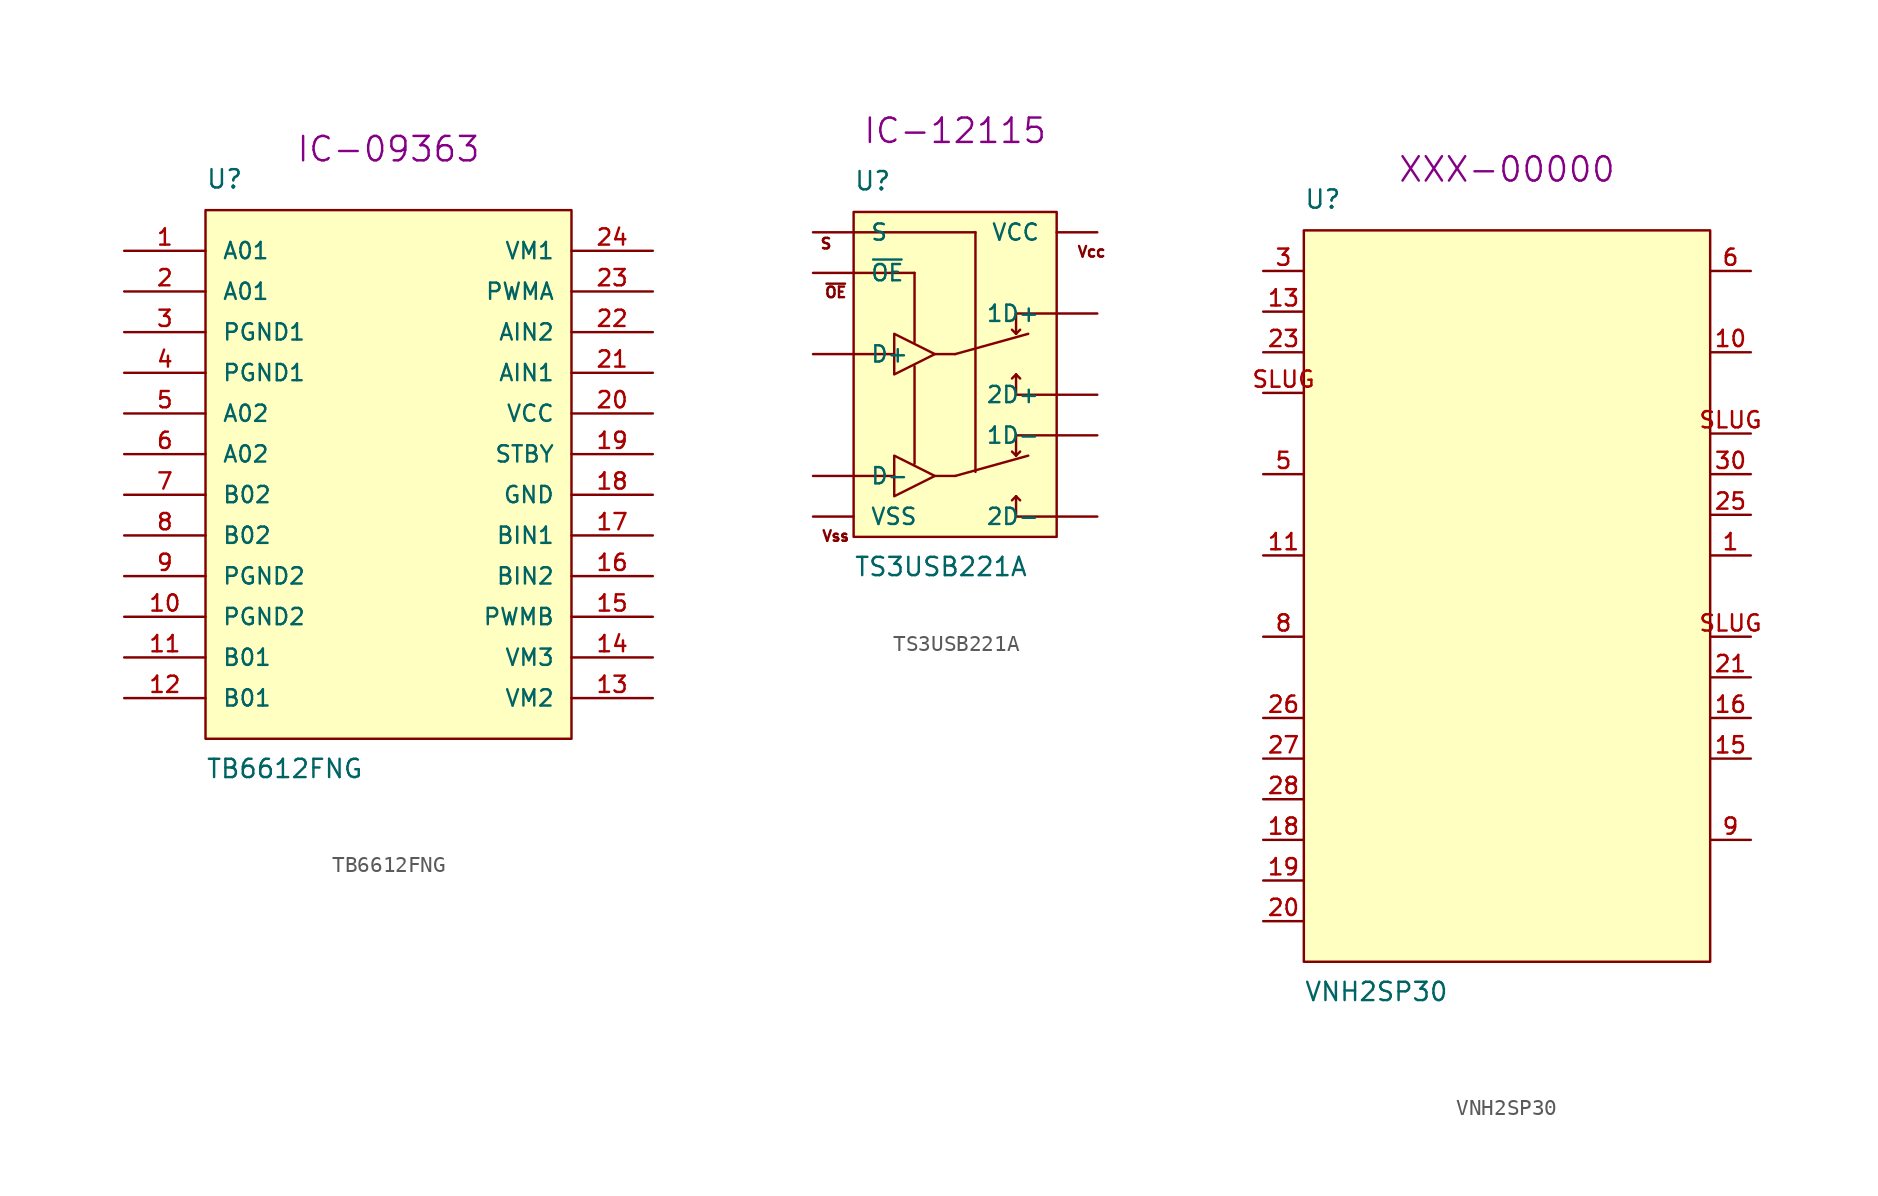
<source format=kicad_sym>
(kicad_symbol_lib
  (version 20220914)
  (generator kicad_symbol_editor)
  (symbol "TB6612FNG"
    (pin_names
      (offset 1.016))
    (property "Reference" "U"
      (at -11.43 17.78 0)
      (effects (font (size 1.143 1.143)) (justify left bottom)))
    (property "Value" "TB6612FNG"
      (at -11.43 -19.05 0)
      (effects (font (size 1.143 1.143)) (justify left bottom)))
    (property "Field4" "IC-09363"
      (at 0 20.32 0)
      (effects (font (size 1.524 1.524))))
    (property "ki_locked" ""
      (at 0 0 0)
      (effects (font (size 1.27 1.27))))
    (symbol "TB6612FNG_1_1"
      (polyline (pts (xy -11.43 -16.51) (xy 11.43 -16.51) (xy 11.43 16.51) (xy -11.43 16.51) (xy -11.43 -16.51)) (stroke (width 0) (type solid)) (fill (type background)))
      (pin bidirectional line (at -16.51 13.97 0) (length 5.08) (name "A01" (effects (font (size 1.016 1.016)))) (number "1" (effects (font (size 1.016 1.016)))))
      (pin bidirectional line (at -16.51 -8.89 0) (length 5.08) (name "PGND2" (effects (font (size 1.016 1.016)))) (number "10" (effects (font (size 1.016 1.016)))))
      (pin bidirectional line (at -16.51 -11.43 0) (length 5.08) (name "B01" (effects (font (size 1.016 1.016)))) (number "11" (effects (font (size 1.016 1.016)))))
      (pin bidirectional line (at -16.51 -13.97 0) (length 5.08) (name "B01" (effects (font (size 1.016 1.016)))) (number "12" (effects (font (size 1.016 1.016)))))
      (pin bidirectional line (at 16.51 -13.97 180) (length 5.08) (name "VM2" (effects (font (size 1.016 1.016)))) (number "13" (effects (font (size 1.016 1.016)))))
      (pin bidirectional line (at 16.51 -11.43 180) (length 5.08) (name "VM3" (effects (font (size 1.016 1.016)))) (number "14" (effects (font (size 1.016 1.016)))))
      (pin bidirectional line (at 16.51 -8.89 180) (length 5.08) (name "PWMB" (effects (font (size 1.016 1.016)))) (number "15" (effects (font (size 1.016 1.016)))))
      (pin bidirectional line (at 16.51 -6.35 180) (length 5.08) (name "BIN2" (effects (font (size 1.016 1.016)))) (number "16" (effects (font (size 1.016 1.016)))))
      (pin bidirectional line (at 16.51 -3.81 180) (length 5.08) (name "BIN1" (effects (font (size 1.016 1.016)))) (number "17" (effects (font (size 1.016 1.016)))))
      (pin bidirectional line (at 16.51 -1.27 180) (length 5.08) (name "GND" (effects (font (size 1.016 1.016)))) (number "18" (effects (font (size 1.016 1.016)))))
      (pin bidirectional line (at 16.51 1.27 180) (length 5.08) (name "STBY" (effects (font (size 1.016 1.016)))) (number "19" (effects (font (size 1.016 1.016)))))
      (pin bidirectional line (at -16.51 11.43 0) (length 5.08) (name "A01" (effects (font (size 1.016 1.016)))) (number "2" (effects (font (size 1.016 1.016)))))
      (pin bidirectional line (at 16.51 3.81 180) (length 5.08) (name "VCC" (effects (font (size 1.016 1.016)))) (number "20" (effects (font (size 1.016 1.016)))))
      (pin bidirectional line (at 16.51 6.35 180) (length 5.08) (name "AIN1" (effects (font (size 1.016 1.016)))) (number "21" (effects (font (size 1.016 1.016)))))
      (pin bidirectional line (at 16.51 8.89 180) (length 5.08) (name "AIN2" (effects (font (size 1.016 1.016)))) (number "22" (effects (font (size 1.016 1.016)))))
      (pin bidirectional line (at 16.51 11.43 180) (length 5.08) (name "PWMA" (effects (font (size 1.016 1.016)))) (number "23" (effects (font (size 1.016 1.016)))))
      (pin bidirectional line (at 16.51 13.97 180) (length 5.08) (name "VM1" (effects (font (size 1.016 1.016)))) (number "24" (effects (font (size 1.016 1.016)))))
      (pin bidirectional line (at -16.51 8.89 0) (length 5.08) (name "PGND1" (effects (font (size 1.016 1.016)))) (number "3" (effects (font (size 1.016 1.016)))))
      (pin bidirectional line (at -16.51 6.35 0) (length 5.08) (name "PGND1" (effects (font (size 1.016 1.016)))) (number "4" (effects (font (size 1.016 1.016)))))
      (pin bidirectional line (at -16.51 3.81 0) (length 5.08) (name "A02" (effects (font (size 1.016 1.016)))) (number "5" (effects (font (size 1.016 1.016)))))
      (pin bidirectional line (at -16.51 1.27 0) (length 5.08) (name "A02" (effects (font (size 1.016 1.016)))) (number "6" (effects (font (size 1.016 1.016)))))
      (pin bidirectional line (at -16.51 -1.27 0) (length 5.08) (name "B02" (effects (font (size 1.016 1.016)))) (number "7" (effects (font (size 1.016 1.016)))))
      (pin bidirectional line (at -16.51 -3.81 0) (length 5.08) (name "B02" (effects (font (size 1.016 1.016)))) (number "8" (effects (font (size 1.016 1.016)))))
      (pin bidirectional line (at -16.51 -6.35 0) (length 5.08) (name "PGND2" (effects (font (size 1.016 1.016)))) (number "9" (effects (font (size 1.016 1.016)))))))
  (symbol "TS3USB221A"
    (pin_numbers hide)
    (pin_names
      (offset 1.016))
    (property "Reference" "U"
      (at -6.35 11.43 0)
      (effects (font (size 1.143 1.143)) (justify left bottom)))
    (property "Value" "TS3USB221A"
      (at -6.35 -12.7 0)
      (effects (font (size 1.143 1.143)) (justify left bottom)))
    (property "Field4" "IC-12115"
      (at 0 15.24 0)
      (effects (font (size 1.524 1.524))))
    (property "ki_locked" ""
      (at 0 0 0)
      (effects (font (size 1.27 1.27))))
    (symbol "TS3USB221A_1_0"
      (polyline (pts (xy -6.35 -6.35) (xy -3.81 -6.35)) (stroke (width 0) (type solid)) (fill (type none)))
      (polyline (pts (xy -6.35 1.27) (xy -3.81 1.27)) (stroke (width 0) (type solid)) (fill (type none)))
      (polyline (pts (xy -6.35 6.35) (xy -2.54 6.35)) (stroke (width 0) (type solid)) (fill (type none)))
      (polyline (pts (xy -6.35 8.89) (xy 1.27 8.89)) (stroke (width 0) (type solid)) (fill (type none)))
      (polyline (pts (xy -2.54 0.508) (xy -2.54 -5.588)) (stroke (width 0) (type solid)) (fill (type none)))
      (polyline (pts (xy -2.54 6.35) (xy -2.54 2.032)) (stroke (width 0) (type solid)) (fill (type none)))
      (polyline (pts (xy -1.27 -6.35) (xy 0 -6.35)) (stroke (width 0) (type solid)) (fill (type none)))
      (polyline (pts (xy -1.27 1.27) (xy 0 1.27)) (stroke (width 0) (type solid)) (fill (type none)))
      (polyline (pts (xy 0 -6.35) (xy 4.572 -5.08)) (stroke (width 0) (type solid)) (fill (type none)))
      (polyline (pts (xy 0 1.27) (xy 4.572 2.54)) (stroke (width 0) (type solid)) (fill (type none)))
      (polyline (pts (xy 1.27 8.89) (xy 1.27 -6.096)) (stroke (width 0) (type solid)) (fill (type none)))
      (polyline (pts (xy 3.81 -8.89) (xy 3.81 -7.62)) (stroke (width 0) (type solid)) (fill (type none)))
      (polyline (pts (xy 3.81 -7.62) (xy 3.556 -7.874)) (stroke (width 0) (type solid)) (fill (type none)))
      (polyline (pts (xy 3.81 -7.62) (xy 4.064 -7.874)) (stroke (width 0) (type solid)) (fill (type none)))
      (polyline (pts (xy 3.81 -5.08) (xy 3.556 -4.826)) (stroke (width 0) (type solid)) (fill (type none)))
      (polyline (pts (xy 3.81 -5.08) (xy 4.064 -4.826)) (stroke (width 0) (type solid)) (fill (type none)))
      (polyline (pts (xy 3.81 -3.81) (xy 3.81 -5.08)) (stroke (width 0) (type solid)) (fill (type none)))
      (polyline (pts (xy 3.81 -1.27) (xy 3.81 0)) (stroke (width 0) (type solid)) (fill (type none)))
      (polyline (pts (xy 3.81 0) (xy 3.556 -0.254)) (stroke (width 0) (type solid)) (fill (type none)))
      (polyline (pts (xy 3.81 0) (xy 4.064 -0.254)) (stroke (width 0) (type solid)) (fill (type none)))
      (polyline (pts (xy 3.81 2.54) (xy 3.556 2.794)) (stroke (width 0) (type solid)) (fill (type none)))
      (polyline (pts (xy 3.81 2.54) (xy 4.064 2.794)) (stroke (width 0) (type solid)) (fill (type none)))
      (polyline (pts (xy 3.81 3.81) (xy 3.81 2.54)) (stroke (width 0) (type solid)) (fill (type none)))
      (polyline (pts (xy 6.35 -8.89) (xy 3.81 -8.89)) (stroke (width 0) (type solid)) (fill (type none)))
      (polyline (pts (xy 6.35 -3.81) (xy 3.81 -3.81)) (stroke (width 0) (type solid)) (fill (type none)))
      (polyline (pts (xy 6.35 -1.27) (xy 3.81 -1.27)) (stroke (width 0) (type solid)) (fill (type none)))
      (polyline (pts (xy 6.35 3.81) (xy 3.81 3.81)) (stroke (width 0) (type solid)) (fill (type none)))
      (text "S" (at -8.077 8.179 0) (effects (font (size 0.66 0.66))))
      (text "Vcc" (at 8.534 7.671 0) (effects (font (size 0.66 0.66))))
      (text "Vss" (at -7.468 -10.109 0) (effects (font (size 0.66 0.66))))
      (text "~{OE}" (at -7.468 5.131 0) (effects (font (size 0.66 0.66)))))
    (symbol "TS3USB221A_1_1"
      (polyline (pts (xy -3.81 -6.35) (xy -3.81 -5.08) (xy -1.27 -6.35) (xy -3.81 -7.62) (xy -3.81 -6.35)) (stroke (width 0) (type solid)) (fill (type background)))
      (polyline (pts (xy -3.81 1.27) (xy -3.81 2.54) (xy -1.27 1.27) (xy -3.81 0) (xy -3.81 1.27)) (stroke (width 0) (type solid)) (fill (type background)))
      (polyline (pts (xy 6.35 -8.89) (xy 6.35 10.16) (xy -6.35 10.16) (xy -6.35 -10.16) (xy 6.35 -10.16) (xy 6.35 -8.89)) (stroke (width 0) (type solid)) (fill (type background)))
      (pin bidirectional line (at 8.89 3.81 180) (length 2.54) (name "1D+" (effects (font (size 1.016 1.016)))) (number "1" (effects (font (size 1.016 1.016)))))
      (pin bidirectional line (at 8.89 8.89 180) (length 2.54) (name "VCC" (effects (font (size 1.016 1.016)))) (number "10" (effects (font (size 1.016 1.016)))))
      (pin bidirectional line (at 8.89 -3.81 180) (length 2.54) (name "1D-" (effects (font (size 1.016 1.016)))) (number "2" (effects (font (size 1.016 1.016)))))
      (pin bidirectional line (at 8.89 -1.27 180) (length 2.54) (name "2D+" (effects (font (size 1.016 1.016)))) (number "3" (effects (font (size 1.016 1.016)))))
      (pin bidirectional line (at 8.89 -8.89 180) (length 2.54) (name "2D-" (effects (font (size 1.016 1.016)))) (number "4" (effects (font (size 1.016 1.016)))))
      (pin bidirectional line (at -8.89 -8.89 0) (length 2.54) (name "VSS" (effects (font (size 1.016 1.016)))) (number "5" (effects (font (size 1.016 1.016)))))
      (pin bidirectional line (at -8.89 6.35 0) (length 2.54) (name "~{OE}" (effects (font (size 1.016 1.016)))) (number "6" (effects (font (size 1.016 1.016)))))
      (pin bidirectional line (at -8.89 -6.35 0) (length 2.54) (name "D-" (effects (font (size 1.016 1.016)))) (number "7" (effects (font (size 1.016 1.016)))))
      (pin bidirectional line (at -8.89 1.27 0) (length 2.54) (name "D+" (effects (font (size 1.016 1.016)))) (number "8" (effects (font (size 1.016 1.016)))))
      (pin bidirectional line (at -8.89 8.89 0) (length 2.54) (name "S" (effects (font (size 1.016 1.016)))) (number "9" (effects (font (size 1.016 1.016)))))))
  (symbol "VNH2SP30"
    (pin_names
      (offset 1.016) hide)
    (property "Reference" "U"
      (at -12.7 24.13 0)
      (effects (font (size 1.143 1.143)) (justify left bottom)))
    (property "Value" "VNH2SP30"
      (at -12.7 -25.4 0)
      (effects (font (size 1.143 1.143)) (justify left bottom)))
    (property "Field4" "XXX-00000"
      (at 0 26.67 0)
      (effects (font (size 1.524 1.524))))
    (property "ki_locked" ""
      (at 0 0 0)
      (effects (font (size 1.27 1.27))))
    (symbol "VNH2SP30_1_1"
      (polyline (pts (xy -12.7 -22.86) (xy -12.7 22.86) (xy 12.7 22.86) (xy 12.7 -22.86) (xy -12.7 -22.86)) (stroke (width 0) (type solid)) (fill (type background)))
      (pin bidirectional line (at 15.24 2.54 180) (length 2.54) (name "OUTA" (effects (font (size 1.016 1.016)))) (number "1" (effects (font (size 1.016 1.016)))))
      (pin bidirectional line (at 15.24 15.24 180) (length 2.54) (name "EN/DIAB" (effects (font (size 1.016 1.016)))) (number "10" (effects (font (size 1.016 1.016)))))
      (pin bidirectional line (at -15.24 2.54 0) (length 2.54) (name "INB" (effects (font (size 1.016 1.016)))) (number "11" (effects (font (size 1.016 1.016)))))
      (pin bidirectional line (at -15.24 17.78 0) (length 2.54) (name "VCC" (effects (font (size 1.016 1.016)))) (number "13" (effects (font (size 1.016 1.016)))))
      (pin bidirectional line (at 15.24 -10.16 180) (length 2.54) (name "OUTB" (effects (font (size 1.016 1.016)))) (number "15" (effects (font (size 1.016 1.016)))))
      (pin bidirectional line (at 15.24 -7.62 180) (length 2.54) (name "OUTB" (effects (font (size 1.016 1.016)))) (number "16" (effects (font (size 1.016 1.016)))))
      (pin bidirectional line (at -15.24 -15.24 0) (length 2.54) (name "GNDB" (effects (font (size 1.016 1.016)))) (number "18" (effects (font (size 1.016 1.016)))))
      (pin bidirectional line (at -15.24 -17.78 0) (length 2.54) (name "GNDB" (effects (font (size 1.016 1.016)))) (number "19" (effects (font (size 1.016 1.016)))))
      (pin bidirectional line (at -15.24 -20.32 0) (length 2.54) (name "GNDB" (effects (font (size 1.016 1.016)))) (number "20" (effects (font (size 1.016 1.016)))))
      (pin bidirectional line (at 15.24 -5.08 180) (length 2.54) (name "OUTB" (effects (font (size 1.016 1.016)))) (number "21" (effects (font (size 1.016 1.016)))))
      (pin bidirectional line (at -15.24 15.24 0) (length 2.54) (name "VCC" (effects (font (size 1.016 1.016)))) (number "23" (effects (font (size 1.016 1.016)))))
      (pin bidirectional line (at 15.24 5.08 180) (length 2.54) (name "OUTA" (effects (font (size 1.016 1.016)))) (number "25" (effects (font (size 1.016 1.016)))))
      (pin bidirectional line (at -15.24 -7.62 0) (length 2.54) (name "GNDA" (effects (font (size 1.016 1.016)))) (number "26" (effects (font (size 1.016 1.016)))))
      (pin bidirectional line (at -15.24 -10.16 0) (length 2.54) (name "GNDA" (effects (font (size 1.016 1.016)))) (number "27" (effects (font (size 1.016 1.016)))))
      (pin bidirectional line (at -15.24 -12.7 0) (length 2.54) (name "GNDA" (effects (font (size 1.016 1.016)))) (number "28" (effects (font (size 1.016 1.016)))))
      (pin bidirectional line (at -15.24 20.32 0) (length 2.54) (name "VCC" (effects (font (size 1.016 1.016)))) (number "3" (effects (font (size 1.016 1.016)))))
      (pin bidirectional line (at 15.24 7.62 180) (length 2.54) (name "OUTA" (effects (font (size 1.016 1.016)))) (number "30" (effects (font (size 1.016 1.016)))))
      (pin bidirectional line (at -15.24 7.62 0) (length 2.54) (name "INA" (effects (font (size 1.016 1.016)))) (number "5" (effects (font (size 1.016 1.016)))))
      (pin bidirectional line (at 15.24 20.32 180) (length 2.54) (name "EN/DIAA" (effects (font (size 1.016 1.016)))) (number "6" (effects (font (size 1.016 1.016)))))
      (pin bidirectional line (at -15.24 -2.54 0) (length 2.54) (name "PWM" (effects (font (size 1.016 1.016)))) (number "8" (effects (font (size 1.016 1.016)))))
      (pin bidirectional line (at 15.24 -15.24 180) (length 2.54) (name "CS" (effects (font (size 1.016 1.016)))) (number "9" (effects (font (size 1.016 1.016)))))
      (pin bidirectional line (at 15.24 10.16 180) (length 2.54) (name "OUTA" (effects (font (size 1.016 1.016)))) (number "SLUG" (effects (font (size 1.016 1.016)))))
      (pin bidirectional line (at 15.24 -2.54 180) (length 2.54) (name "OUTB" (effects (font (size 1.016 1.016)))) (number "SLUG" (effects (font (size 1.016 1.016)))))
      (pin bidirectional line (at -15.24 12.7 0) (length 2.54) (name "VCC" (effects (font (size 1.016 1.016)))) (number "SLUG" (effects (font (size 1.016 1.016))))))))
</source>
